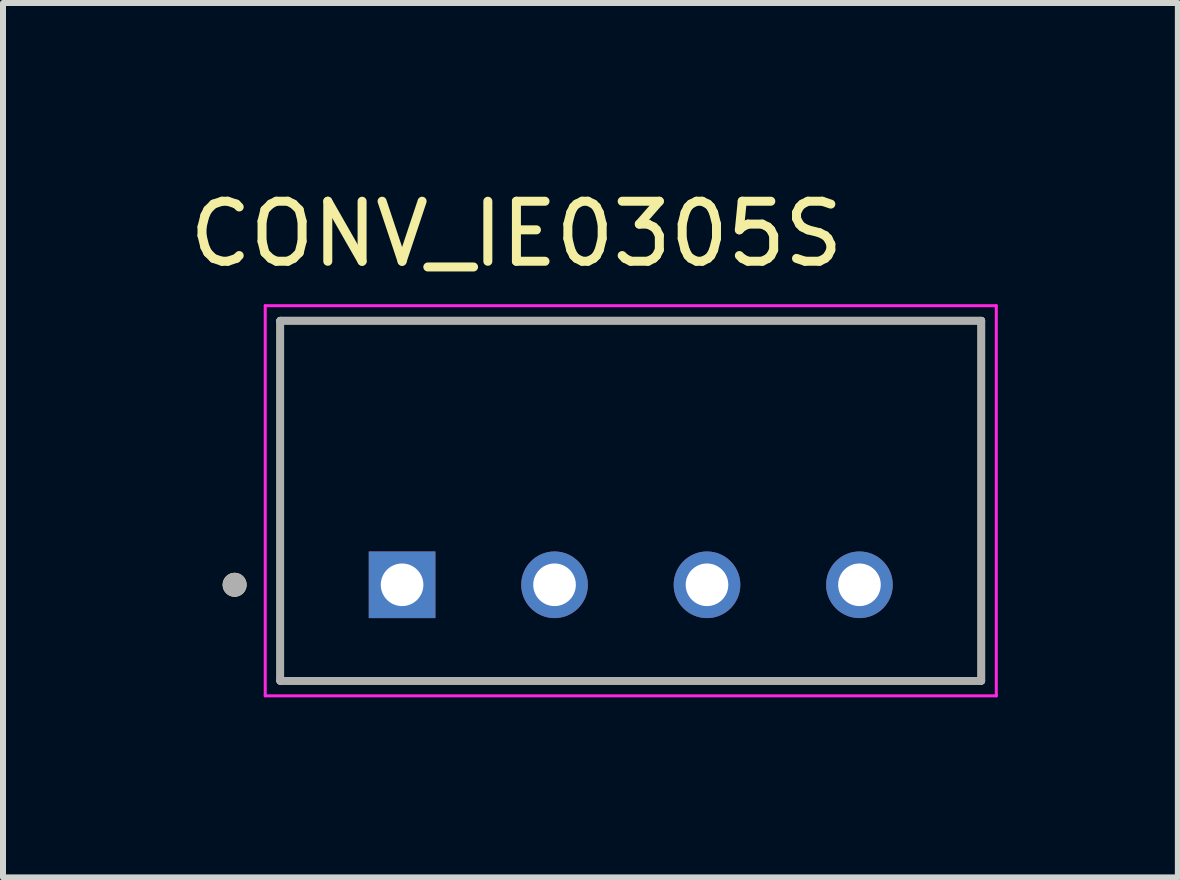
<source format=kicad_pcb>
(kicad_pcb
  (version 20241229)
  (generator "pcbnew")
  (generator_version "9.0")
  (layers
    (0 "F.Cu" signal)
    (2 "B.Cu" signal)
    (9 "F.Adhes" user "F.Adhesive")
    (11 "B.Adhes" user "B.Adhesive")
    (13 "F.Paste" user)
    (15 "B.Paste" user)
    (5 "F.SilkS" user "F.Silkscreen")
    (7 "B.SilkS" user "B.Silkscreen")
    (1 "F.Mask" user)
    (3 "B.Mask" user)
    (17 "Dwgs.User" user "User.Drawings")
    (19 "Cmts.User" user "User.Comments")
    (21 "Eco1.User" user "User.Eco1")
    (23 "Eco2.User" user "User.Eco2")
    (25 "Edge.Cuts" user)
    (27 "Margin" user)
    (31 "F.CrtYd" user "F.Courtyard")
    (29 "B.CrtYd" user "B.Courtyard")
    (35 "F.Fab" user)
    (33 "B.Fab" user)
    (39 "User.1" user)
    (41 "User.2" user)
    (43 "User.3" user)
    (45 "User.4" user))
  (footprint "CONV_IE0305S"
    (layer "F.Cu")
    (at 7.459 5.293)
    (property "Reference" "CONV_IE0305S" (at -1.905 -4.445 0) (layer "F.SilkS") (effects (font (size 1 1) (thickness 0.15))))
    (attr through_hole)
    (fp_line (start -5.84 -3) (end 5.84 -3) (stroke (width 0.127) (type solid)) (layer "F.SilkS"))
    (fp_line (start -5.84 3) (end -5.84 -3) (stroke (width 0.127) (type solid)) (layer "F.SilkS"))
    (fp_line (start 5.84 -3) (end 5.84 3) (stroke (width 0.127) (type solid)) (layer "F.SilkS"))
    (fp_line (start 5.84 3) (end -5.84 3) (stroke (width 0.127) (type solid)) (layer "F.SilkS"))
    (fp_circle (center -6.6 1.4) (end -6.5 1.4) (stroke (width 0.2) (type solid)) (fill no) (layer "F.SilkS"))
    (fp_line (start -6.09 -3.25) (end 6.09 -3.25) (stroke (width 0.05) (type solid)) (layer "F.CrtYd"))
    (fp_line (start -6.09 3.25) (end -6.09 -3.25) (stroke (width 0.05) (type solid)) (layer "F.CrtYd"))
    (fp_line (start 6.09 -3.25) (end 6.09 3.25) (stroke (width 0.05) (type solid)) (layer "F.CrtYd"))
    (fp_line (start 6.09 3.25) (end -6.09 3.25) (stroke (width 0.05) (type solid)) (layer "F.CrtYd"))
    (fp_line (start -5.84 -3) (end 5.84 -3) (stroke (width 0.127) (type solid)) (layer "F.Fab"))
    (fp_line (start -5.84 3) (end -5.84 -3) (stroke (width 0.127) (type solid)) (layer "F.Fab"))
    (fp_line (start 5.84 -3) (end 5.84 3) (stroke (width 0.127) (type solid)) (layer "F.Fab"))
    (fp_line (start 5.84 3) (end -5.84 3) (stroke (width 0.127) (type solid)) (layer "F.Fab"))
    (fp_circle (center -6.6 1.4) (end -6.5 1.4) (stroke (width 0.2) (type solid)) (fill no) (layer "F.Fab"))
    (pad "1" thru_hole rect (at -3.81 1.4) (size 1.11 1.11) (drill 0.71) (layers "*.Cu" "*.Mask"))
    (pad "2" thru_hole circle (at -1.27 1.4) (size 1.11 1.11) (drill 0.71) (layers "*.Cu" "*.Mask"))
    (pad "3" thru_hole circle (at 1.27 1.4) (size 1.11 1.11) (drill 0.71) (layers "*.Cu" "*.Mask"))
    (pad "4" thru_hole circle (at 3.81 1.4) (size 1.11 1.11) (drill 0.71) (layers "*.Cu" "*.Mask")))
  (gr_rect
    (start -3 -3)
    (end 16.574 11.568)
    (stroke (width 0.1) (type default))
    (fill no)
    (layer "Edge.Cuts")))
</source>
